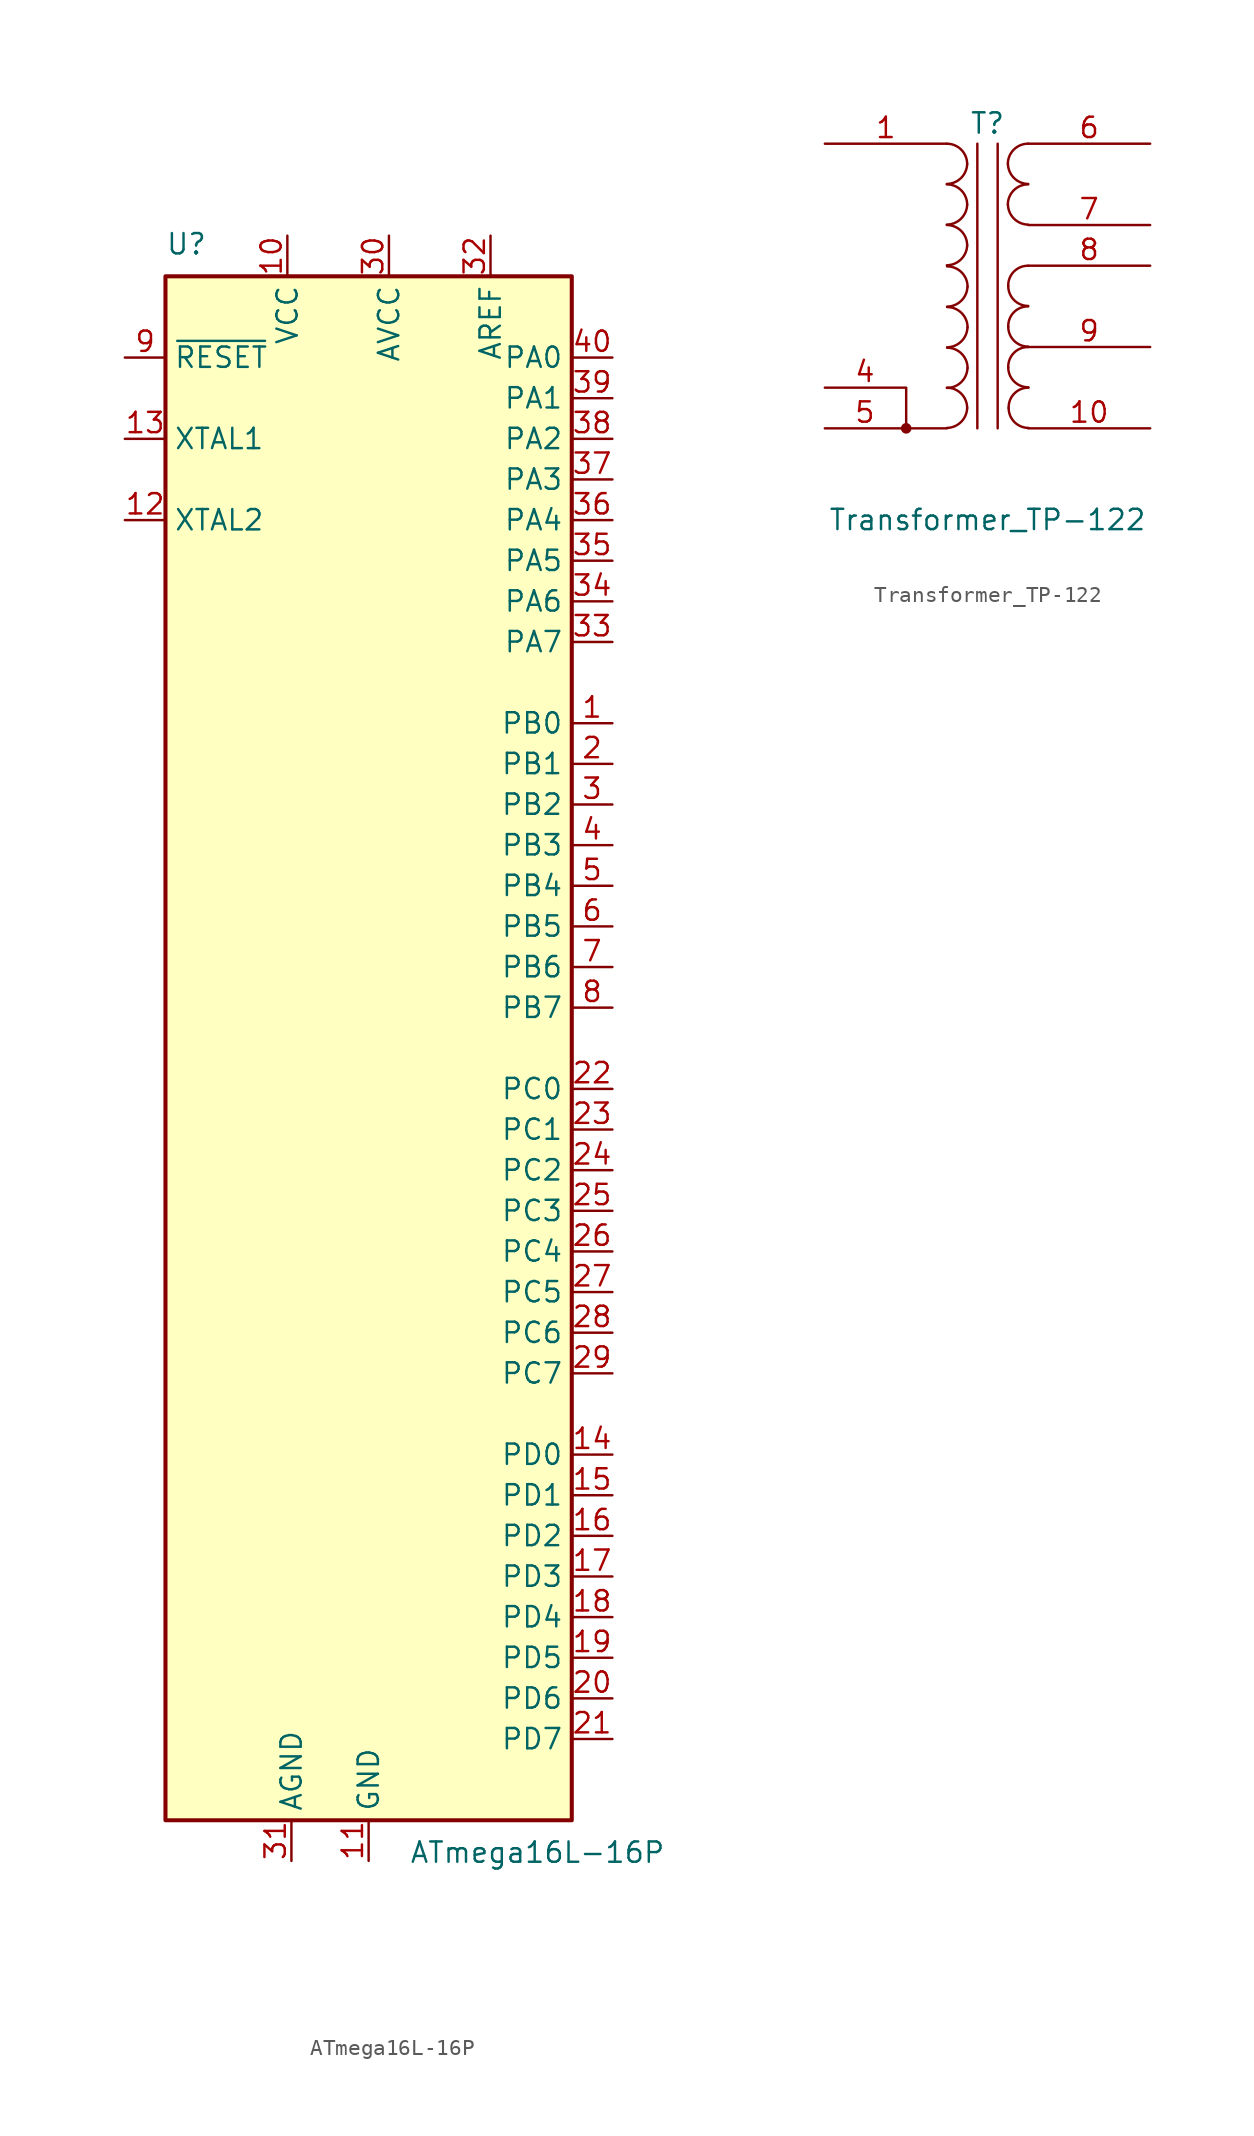
<source format=kicad_sym>
(kicad_symbol_lib
  (version 20211014)
  (generator kicad_symbol_editor)
  (symbol "ATmega16L-16P"
    (property "Reference" "U"
      (at -12.7 49.53 0)
      (effects (font (size 1.27 1.27)) (justify left bottom)))
    (property "Value" "ATmega16L-16P"
      (at 2.54 -49.53 0)
      (effects (font (size 1.27 1.27)) (justify left top)))
    (symbol "ATmega16L-16P_0_1"
      (rectangle (start -12.7 -48.26) (end 12.7 48.26) (stroke (width 0.254) (type default) (color 0 0 0 0)) (fill (type background))))
    (symbol "ATmega16L-16P_1_1"
      (pin bidirectional line (at 15.24 20.32 180) (length 2.54) (name "PB0" (effects (font (size 1.27 1.27)))) (number "1" (effects (font (size 1.27 1.27)))))
      (pin power_in line (at -5.08 50.8 270) (length 2.54) (name "VCC" (effects (font (size 1.27 1.27)))) (number "10" (effects (font (size 1.27 1.27)))))
      (pin power_in line (at 0 -50.8 90) (length 2.54) (name "GND" (effects (font (size 1.27 1.27)))) (number "11" (effects (font (size 1.27 1.27)))))
      (pin output line (at -15.24 33.02 0) (length 2.54) (name "XTAL2" (effects (font (size 1.27 1.27)))) (number "12" (effects (font (size 1.27 1.27)))))
      (pin input line (at -15.24 38.1 0) (length 2.54) (name "XTAL1" (effects (font (size 1.27 1.27)))) (number "13" (effects (font (size 1.27 1.27)))))
      (pin bidirectional line (at 15.24 -25.4 180) (length 2.54) (name "PD0" (effects (font (size 1.27 1.27)))) (number "14" (effects (font (size 1.27 1.27)))))
      (pin bidirectional line (at 15.24 -27.94 180) (length 2.54) (name "PD1" (effects (font (size 1.27 1.27)))) (number "15" (effects (font (size 1.27 1.27)))))
      (pin bidirectional line (at 15.24 -30.48 180) (length 2.54) (name "PD2" (effects (font (size 1.27 1.27)))) (number "16" (effects (font (size 1.27 1.27)))))
      (pin bidirectional line (at 15.24 -33.02 180) (length 2.54) (name "PD3" (effects (font (size 1.27 1.27)))) (number "17" (effects (font (size 1.27 1.27)))))
      (pin bidirectional line (at 15.24 -35.56 180) (length 2.54) (name "PD4" (effects (font (size 1.27 1.27)))) (number "18" (effects (font (size 1.27 1.27)))))
      (pin bidirectional line (at 15.24 -38.1 180) (length 2.54) (name "PD5" (effects (font (size 1.27 1.27)))) (number "19" (effects (font (size 1.27 1.27)))))
      (pin bidirectional line (at 15.24 17.78 180) (length 2.54) (name "PB1" (effects (font (size 1.27 1.27)))) (number "2" (effects (font (size 1.27 1.27)))))
      (pin bidirectional line (at 15.24 -40.64 180) (length 2.54) (name "PD6" (effects (font (size 1.27 1.27)))) (number "20" (effects (font (size 1.27 1.27)))))
      (pin bidirectional line (at 15.24 -43.18 180) (length 2.54) (name "PD7" (effects (font (size 1.27 1.27)))) (number "21" (effects (font (size 1.27 1.27)))))
      (pin bidirectional line (at 15.24 -2.54 180) (length 2.54) (name "PC0" (effects (font (size 1.27 1.27)))) (number "22" (effects (font (size 1.27 1.27)))))
      (pin bidirectional line (at 15.24 -5.08 180) (length 2.54) (name "PC1" (effects (font (size 1.27 1.27)))) (number "23" (effects (font (size 1.27 1.27)))))
      (pin bidirectional line (at 15.24 -7.62 180) (length 2.54) (name "PC2" (effects (font (size 1.27 1.27)))) (number "24" (effects (font (size 1.27 1.27)))))
      (pin bidirectional line (at 15.24 -10.16 180) (length 2.54) (name "PC3" (effects (font (size 1.27 1.27)))) (number "25" (effects (font (size 1.27 1.27)))))
      (pin bidirectional line (at 15.24 -12.7 180) (length 2.54) (name "PC4" (effects (font (size 1.27 1.27)))) (number "26" (effects (font (size 1.27 1.27)))))
      (pin bidirectional line (at 15.24 -15.24 180) (length 2.54) (name "PC5" (effects (font (size 1.27 1.27)))) (number "27" (effects (font (size 1.27 1.27)))))
      (pin bidirectional line (at 15.24 -17.78 180) (length 2.54) (name "PC6" (effects (font (size 1.27 1.27)))) (number "28" (effects (font (size 1.27 1.27)))))
      (pin bidirectional line (at 15.24 -20.32 180) (length 2.54) (name "PC7" (effects (font (size 1.27 1.27)))) (number "29" (effects (font (size 1.27 1.27)))))
      (pin bidirectional line (at 15.24 15.24 180) (length 2.54) (name "PB2" (effects (font (size 1.27 1.27)))) (number "3" (effects (font (size 1.27 1.27)))))
      (pin power_in line (at 1.27 50.8 270) (length 2.54) (name "AVCC" (effects (font (size 1.27 1.27)))) (number "30" (effects (font (size 1.27 1.27)))))
      (pin passive line (at -4.826 -50.8 90) (length 2.54) (name "AGND" (effects (font (size 1.27 1.27)))) (number "31" (effects (font (size 1.27 1.27)))))
      (pin passive line (at 7.62 50.8 270) (length 2.54) (name "AREF" (effects (font (size 1.27 1.27)))) (number "32" (effects (font (size 1.27 1.27)))))
      (pin bidirectional line (at 15.24 25.4 180) (length 2.54) (name "PA7" (effects (font (size 1.27 1.27)))) (number "33" (effects (font (size 1.27 1.27)))))
      (pin bidirectional line (at 15.24 27.94 180) (length 2.54) (name "PA6" (effects (font (size 1.27 1.27)))) (number "34" (effects (font (size 1.27 1.27)))))
      (pin bidirectional line (at 15.24 30.48 180) (length 2.54) (name "PA5" (effects (font (size 1.27 1.27)))) (number "35" (effects (font (size 1.27 1.27)))))
      (pin bidirectional line (at 15.24 33.02 180) (length 2.54) (name "PA4" (effects (font (size 1.27 1.27)))) (number "36" (effects (font (size 1.27 1.27)))))
      (pin bidirectional line (at 15.24 35.56 180) (length 2.54) (name "PA3" (effects (font (size 1.27 1.27)))) (number "37" (effects (font (size 1.27 1.27)))))
      (pin bidirectional line (at 15.24 38.1 180) (length 2.54) (name "PA2" (effects (font (size 1.27 1.27)))) (number "38" (effects (font (size 1.27 1.27)))))
      (pin bidirectional line (at 15.24 40.64 180) (length 2.54) (name "PA1" (effects (font (size 1.27 1.27)))) (number "39" (effects (font (size 1.27 1.27)))))
      (pin bidirectional line (at 15.24 12.7 180) (length 2.54) (name "PB3" (effects (font (size 1.27 1.27)))) (number "4" (effects (font (size 1.27 1.27)))))
      (pin bidirectional line (at 15.24 43.18 180) (length 2.54) (name "PA0" (effects (font (size 1.27 1.27)))) (number "40" (effects (font (size 1.27 1.27)))))
      (pin bidirectional line (at 15.24 10.16 180) (length 2.54) (name "PB4" (effects (font (size 1.27 1.27)))) (number "5" (effects (font (size 1.27 1.27)))))
      (pin bidirectional line (at 15.24 7.62 180) (length 2.54) (name "PB5" (effects (font (size 1.27 1.27)))) (number "6" (effects (font (size 1.27 1.27)))))
      (pin bidirectional line (at 15.24 5.08 180) (length 2.54) (name "PB6" (effects (font (size 1.27 1.27)))) (number "7" (effects (font (size 1.27 1.27)))))
      (pin bidirectional line (at 15.24 2.54 180) (length 2.54) (name "PB7" (effects (font (size 1.27 1.27)))) (number "8" (effects (font (size 1.27 1.27)))))
      (pin input line (at -15.24 43.18 0) (length 2.54) (name "~{RESET}" (effects (font (size 1.27 1.27)))) (number "9" (effects (font (size 1.27 1.27)))))))
  (symbol "Transformer_TP-122"
    (pin_names
      (offset 1.016) hide)
    (property "Reference" "T"
      (at 0 13.97 0)
      (effects (font (size 1.27 1.27))))
    (property "Value" "Transformer_TP-122"
      (at 0 -10.795 0)
      (effects (font (size 1.27 1.27))))
    (symbol "Transformer_TP-122_0_1"
      (circle (center -5.08 -5.08) (radius 0.254) (stroke (width 0) (type default) (color 0 0 0 0)) (fill (type outline)))
      (arc (start -2.54 -5.0546) (mid -1.6599 -4.6901) (end -1.27 -3.81) (stroke (width 0) (type default) (color 0 0 0 0)) (fill (type none)))
      (arc (start -2.54 5.1054) (mid -1.6561 5.4737) (end -1.27 6.35) (stroke (width 0) (type default) (color 0 0 0 0)) (fill (type none)))
      (arc (start -2.54 7.6454) (mid -1.6561 8.0137) (end -1.27 8.89) (stroke (width 0) (type default) (color 0 0 0 0)) (fill (type none)))
      (arc (start -2.54 10.1854) (mid -1.6561 10.5537) (end -1.27 11.43) (stroke (width 0) (type default) (color 0 0 0 0)) (fill (type none)))
      (arc (start -2.5215 -2.5591) (mid -1.6376 -2.1908) (end -1.2515 -1.3145) (stroke (width 0) (type default) (color 0 0 0 0)) (fill (type none)))
      (arc (start -2.5215 -0.0191) (mid -1.6376 0.3492) (end -1.2515 1.2255) (stroke (width 0) (type default) (color 0 0 0 0)) (fill (type none)))
      (arc (start -2.5215 2.5209) (mid -1.6376 2.8892) (end -1.2515 3.7655) (stroke (width 0) (type default) (color 0 0 0 0)) (fill (type none)))
      (arc (start -1.27 -3.81) (mid -1.642 -2.912) (end -2.54 -2.54) (stroke (width 0) (type default) (color 0 0 0 0)) (fill (type none)))
      (arc (start -1.27 6.35) (mid -1.642 7.248) (end -2.54 7.62) (stroke (width 0) (type default) (color 0 0 0 0)) (fill (type none)))
      (arc (start -1.27 8.89) (mid -1.642 9.788) (end -2.54 10.16) (stroke (width 0) (type default) (color 0 0 0 0)) (fill (type none)))
      (arc (start -1.27 11.43) (mid -1.642 12.328) (end -2.54 12.7) (stroke (width 0) (type default) (color 0 0 0 0)) (fill (type none)))
      (arc (start -1.2515 -1.3145) (mid -1.6235 -0.4165) (end -2.5215 -0.0445) (stroke (width 0) (type default) (color 0 0 0 0)) (fill (type none)))
      (arc (start -1.2515 1.2255) (mid -1.6235 2.1235) (end -2.5215 2.4955) (stroke (width 0) (type default) (color 0 0 0 0)) (fill (type none)))
      (arc (start -1.2515 3.7655) (mid -1.6235 4.6635) (end -2.5215 5.0355) (stroke (width 0) (type default) (color 0 0 0 0)) (fill (type none)))
      (polyline (pts (xy -5.08 -2.54) (xy -5.08 -5.08)) (stroke (width 0) (type default) (color 0 0 0 0)) (fill (type none)))
      (polyline (pts (xy -2.54 -5.08) (xy -5.08 -5.08)) (stroke (width 0) (type default) (color 0 0 0 0)) (fill (type none)))
      (polyline (pts (xy -0.635 12.7) (xy -0.635 -5.08)) (stroke (width 0) (type default) (color 0 0 0 0)) (fill (type none)))
      (polyline (pts (xy 0.635 -5.08) (xy 0.635 12.7)) (stroke (width 0) (type default) (color 0 0 0 0)) (fill (type none)))
      (arc (start 1.27 8.89) (mid 1.6561 8.0137) (end 2.54 7.6454) (stroke (width 0) (type default) (color 0 0 0 0)) (fill (type none)))
      (arc (start 1.27 11.43) (mid 1.6561 10.5537) (end 2.54 10.1854) (stroke (width 0) (type default) (color 0 0 0 0)) (fill (type none)))
      (arc (start 1.2954 -1.27) (mid 1.6599 -2.1501) (end 2.54 -2.5146) (stroke (width 0) (type default) (color 0 0 0 0)) (fill (type none)))
      (arc (start 1.2954 1.27) (mid 1.6599 0.3899) (end 2.54 0.0254) (stroke (width 0) (type default) (color 0 0 0 0)) (fill (type none)))
      (arc (start 1.2954 3.81) (mid 1.6599 2.9299) (end 2.54 2.5654) (stroke (width 0) (type default) (color 0 0 0 0)) (fill (type none)))
      (arc (start 1.3208 -3.81) (mid 1.6853 -4.6901) (end 2.5654 -5.0546) (stroke (width 0) (type default) (color 0 0 0 0)) (fill (type none)))
      (arc (start 2.54 0) (mid 1.642 -0.372) (end 1.2954 -1.27) (stroke (width 0) (type default) (color 0 0 0 0)) (fill (type none)))
      (arc (start 2.54 2.54) (mid 1.642 2.168) (end 1.2954 1.27) (stroke (width 0) (type default) (color 0 0 0 0)) (fill (type none)))
      (arc (start 2.54 5.08) (mid 1.642 4.708) (end 1.2954 3.81) (stroke (width 0) (type default) (color 0 0 0 0)) (fill (type none)))
      (arc (start 2.54 10.16) (mid 1.642 9.788) (end 1.27 8.89) (stroke (width 0) (type default) (color 0 0 0 0)) (fill (type none)))
      (arc (start 2.54 12.7) (mid 1.642 12.328) (end 1.27 11.43) (stroke (width 0) (type default) (color 0 0 0 0)) (fill (type none)))
      (arc (start 2.5654 -2.54) (mid 1.6674 -2.912) (end 1.3208 -3.81) (stroke (width 0) (type default) (color 0 0 0 0)) (fill (type none))))
    (symbol "Transformer_TP-122_1_1"
      (pin passive line (at -10.16 12.7 0) (length 7.62) (name "AA" (effects (font (size 1.27 1.27)))) (number "1" (effects (font (size 1.27 1.27)))))
      (pin passive line (at 10.16 -5.08 180) (length 7.62) (name "SA" (effects (font (size 1.27 1.27)))) (number "10" (effects (font (size 1.27 1.27)))))
      (pin passive line (at -10.16 -2.54 0) (length 5) (name "AB" (effects (font (size 1.27 1.27)))) (number "4" (effects (font (size 1.27 1.27)))))
      (pin passive line (at -10.16 -5.08 0) (length 5) (name "AB" (effects (font (size 1.27 1.27)))) (number "5" (effects (font (size 1.27 1.27)))))
      (pin passive line (at 10.16 12.7 180) (length 7.62) (name "AA" (effects (font (size 1.27 1.27)))) (number "6" (effects (font (size 1.27 1.27)))))
      (pin passive line (at 10.16 7.62 180) (length 7.62) (name "AA" (effects (font (size 1.27 1.27)))) (number "7" (effects (font (size 1.27 1.27)))))
      (pin passive line (at 10.16 5.08 180) (length 7.62) (name "SB" (effects (font (size 1.27 1.27)))) (number "8" (effects (font (size 1.27 1.27)))))
      (pin passive line (at 10.16 0 180) (length 7.62) (name "SC" (effects (font (size 1.27 1.27)))) (number "9" (effects (font (size 1.27 1.27))))))))
</source>
